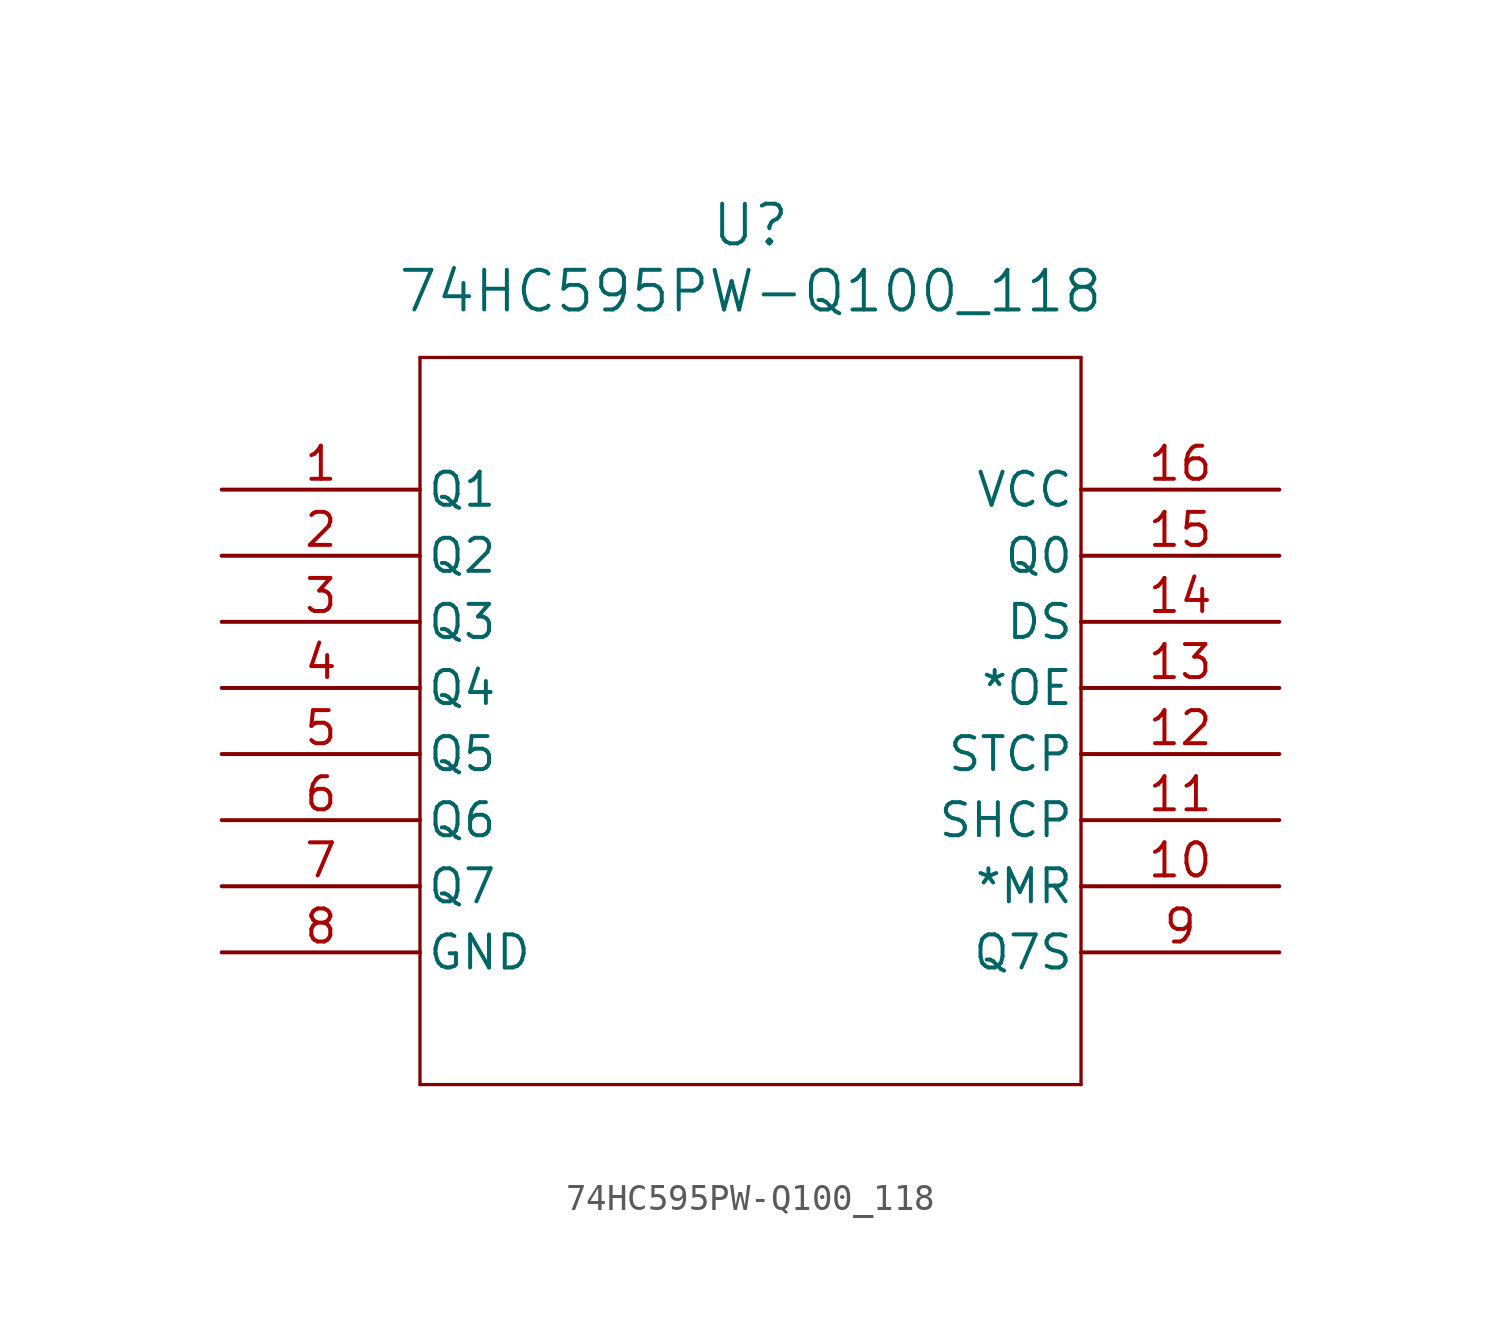
<source format=kicad_sym>
(kicad_symbol_lib
  (version 20211014)
  (generator kicad_symbol_editor)
  (symbol "74HC595PW-Q100_118"
    (pin_names
      (offset 0.254))
    (property "Reference" "U"
      (at 20.32 10.16 0)
      (effects (font (size 1.524 1.524))))
    (property "Value" "74HC595PW-Q100_118"
      (at 20.32 7.62 0)
      (effects (font (size 1.524 1.524))))
    (symbol "74HC595PW-Q100_118_0_1"
      (polyline (pts (xy 7.62 5.08) (xy 7.62 -22.86)) (stroke (width 0.127) (type default) (color 0 0 0 0)) (fill (type none)))
      (polyline (pts (xy 7.62 -22.86) (xy 33.02 -22.86)) (stroke (width 0.127) (type default) (color 0 0 0 0)) (fill (type none)))
      (polyline (pts (xy 33.02 -22.86) (xy 33.02 5.08)) (stroke (width 0.127) (type default) (color 0 0 0 0)) (fill (type none)))
      (polyline (pts (xy 33.02 5.08) (xy 7.62 5.08)) (stroke (width 0.127) (type default) (color 0 0 0 0)) (fill (type none)))
      (pin unspecified line (at 0 0 0) (length 7.62) (name "Q1" (effects (font (size 1.27 1.27)))) (number "1" (effects (font (size 1.27 1.27)))))
      (pin unspecified line (at 0 -2.54 0) (length 7.62) (name "Q2" (effects (font (size 1.27 1.27)))) (number "2" (effects (font (size 1.27 1.27)))))
      (pin unspecified line (at 0 -5.08 0) (length 7.62) (name "Q3" (effects (font (size 1.27 1.27)))) (number "3" (effects (font (size 1.27 1.27)))))
      (pin unspecified line (at 0 -7.62 0) (length 7.62) (name "Q4" (effects (font (size 1.27 1.27)))) (number "4" (effects (font (size 1.27 1.27)))))
      (pin unspecified line (at 0 -10.16 0) (length 7.62) (name "Q5" (effects (font (size 1.27 1.27)))) (number "5" (effects (font (size 1.27 1.27)))))
      (pin unspecified line (at 0 -12.7 0) (length 7.62) (name "Q6" (effects (font (size 1.27 1.27)))) (number "6" (effects (font (size 1.27 1.27)))))
      (pin unspecified line (at 0 -15.24 0) (length 7.62) (name "Q7" (effects (font (size 1.27 1.27)))) (number "7" (effects (font (size 1.27 1.27)))))
      (pin unspecified line (at 0 -17.78 0) (length 7.62) (name "GND" (effects (font (size 1.27 1.27)))) (number "8" (effects (font (size 1.27 1.27)))))
      (pin unspecified line (at 40.64 -17.78 180) (length 7.62) (name "Q7S" (effects (font (size 1.27 1.27)))) (number "9" (effects (font (size 1.27 1.27)))))
      (pin unspecified line (at 40.64 -15.24 180) (length 7.62) (name "*MR" (effects (font (size 1.27 1.27)))) (number "10" (effects (font (size 1.27 1.27)))))
      (pin unspecified line (at 40.64 -12.7 180) (length 7.62) (name "SHCP" (effects (font (size 1.27 1.27)))) (number "11" (effects (font (size 1.27 1.27)))))
      (pin unspecified line (at 40.64 -10.16 180) (length 7.62) (name "STCP" (effects (font (size 1.27 1.27)))) (number "12" (effects (font (size 1.27 1.27)))))
      (pin unspecified line (at 40.64 -7.62 180) (length 7.62) (name "*OE" (effects (font (size 1.27 1.27)))) (number "13" (effects (font (size 1.27 1.27)))))
      (pin unspecified line (at 40.64 -5.08 180) (length 7.62) (name "DS" (effects (font (size 1.27 1.27)))) (number "14" (effects (font (size 1.27 1.27)))))
      (pin unspecified line (at 40.64 -2.54 180) (length 7.62) (name "Q0" (effects (font (size 1.27 1.27)))) (number "15" (effects (font (size 1.27 1.27)))))
      (pin unspecified line (at 40.64 0 180) (length 7.62) (name "VCC" (effects (font (size 1.27 1.27)))) (number "16" (effects (font (size 1.27 1.27))))))))
</source>
